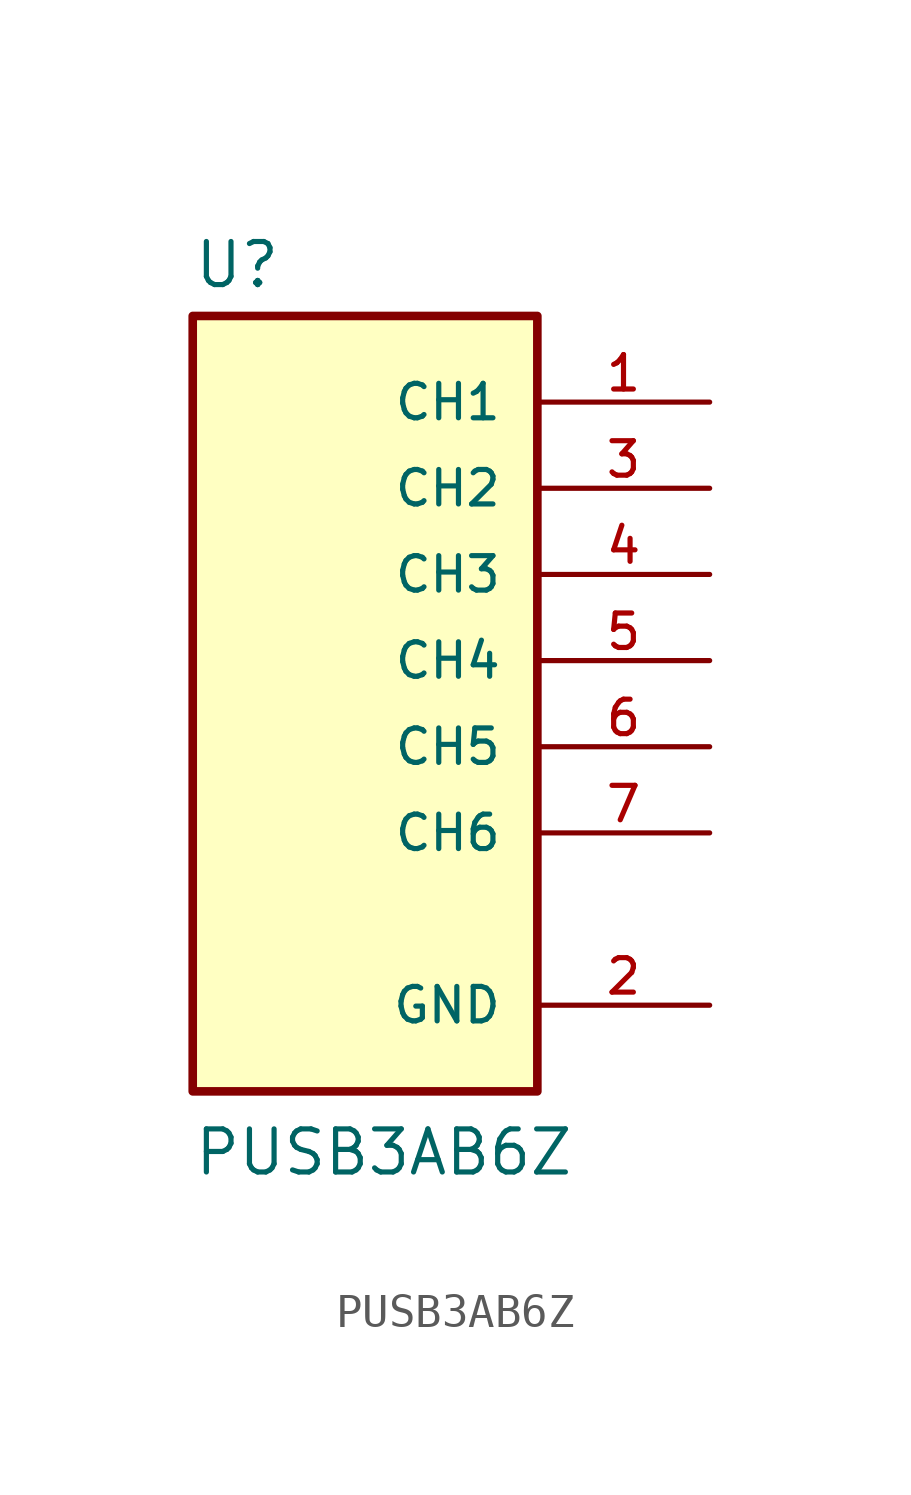
<source format=kicad_sym>
(kicad_symbol_lib
  (version 20241209)
  (generator "kicad_symbol_editor")
  (generator_version "9.0")
  (symbol "PUSB3AB6Z"
    (pin_names
      (offset 1.016))
    (property "Reference" "U"
      (at -5.08 13.462 0)
      (effects (font (size 1.27 1.27)) (justify left bottom)))
    (property "Value" "PUSB3AB6Z"
      (at -5.08 -12.7 0)
      (effects (font (size 1.27 1.27)) (justify left bottom)))
    (symbol "PUSB3AB6Z_0_0"
      (rectangle (start -5.08 -10.16) (end 5.08 12.7) (stroke (width 0.254) (type default)) (fill (type background)))
      (pin passive line (at 10.16 10.16 180) (length 5.08) (name "CH1" (effects (font (size 1.016 1.016)))) (number "1" (effects (font (size 1.016 1.016)))))
      (pin passive line (at 10.16 7.62 180) (length 5.08) (name "CH2" (effects (font (size 1.016 1.016)))) (number "3" (effects (font (size 1.016 1.016)))))
      (pin passive line (at 10.16 5.08 180) (length 5.08) (name "CH3" (effects (font (size 1.016 1.016)))) (number "4" (effects (font (size 1.016 1.016)))))
      (pin passive line (at 10.16 2.54 180) (length 5.08) (name "CH4" (effects (font (size 1.016 1.016)))) (number "5" (effects (font (size 1.016 1.016)))))
      (pin passive line (at 10.16 0 180) (length 5.08) (name "CH5" (effects (font (size 1.016 1.016)))) (number "6" (effects (font (size 1.016 1.016)))))
      (pin passive line (at 10.16 -2.54 180) (length 5.08) (name "CH6" (effects (font (size 1.016 1.016)))) (number "7" (effects (font (size 1.016 1.016)))))
      (pin power_in line (at 10.16 -7.62 180) (length 5.08) (name "GND" (effects (font (size 1.016 1.016)))) (number "2" (effects (font (size 1.016 1.016))))))))
</source>
